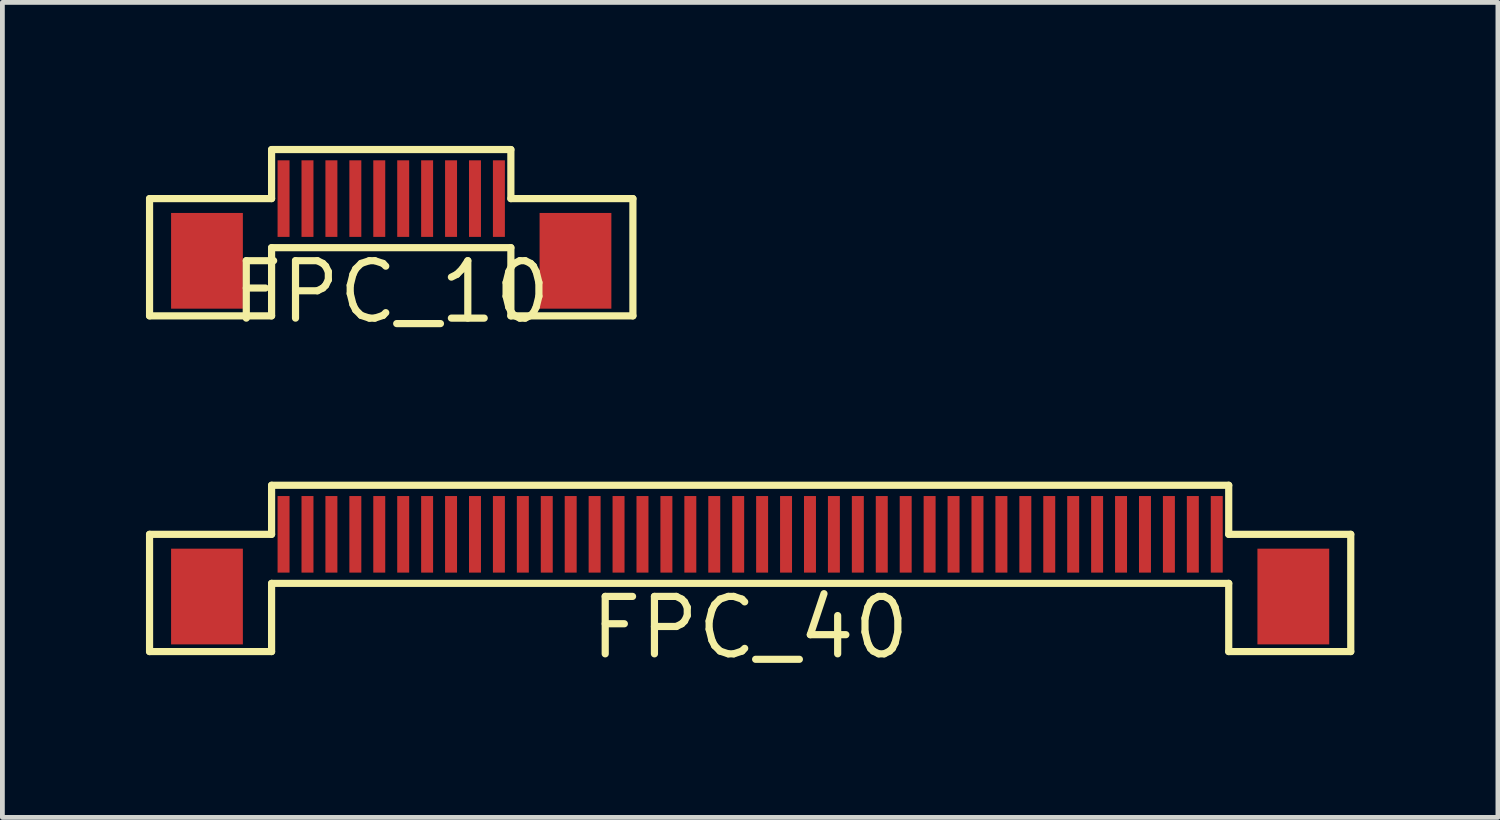
<source format=kicad_pcb>
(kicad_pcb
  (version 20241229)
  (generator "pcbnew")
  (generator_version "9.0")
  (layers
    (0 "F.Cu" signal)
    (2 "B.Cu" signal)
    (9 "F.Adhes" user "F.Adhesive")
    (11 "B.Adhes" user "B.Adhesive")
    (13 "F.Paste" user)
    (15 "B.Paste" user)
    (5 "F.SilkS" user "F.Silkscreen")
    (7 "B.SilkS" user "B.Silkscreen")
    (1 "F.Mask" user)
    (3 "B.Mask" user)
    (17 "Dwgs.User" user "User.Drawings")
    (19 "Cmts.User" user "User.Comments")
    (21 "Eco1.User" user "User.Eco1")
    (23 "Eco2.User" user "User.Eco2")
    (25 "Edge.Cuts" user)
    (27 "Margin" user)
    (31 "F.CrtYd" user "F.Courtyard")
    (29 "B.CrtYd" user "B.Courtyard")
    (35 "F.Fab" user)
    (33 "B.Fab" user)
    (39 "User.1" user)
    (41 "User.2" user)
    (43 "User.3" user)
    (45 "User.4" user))
  (footprint "FPC_10"
    (layer "F.Cu")
    (at 5.125 1.1)
    (property "Reference" "FPC_10" (at 0 1.95 0) (layer "F.SilkS") (effects (font (size 1.2 1.2) (thickness 0.15))))
    (attr through_hole)
    (fp_line (start -5.05 0) (end -2.5 0) (stroke (width 0.15) (type solid)) (layer "F.SilkS"))
    (fp_line (start -5.05 2.45) (end -5.05 0) (stroke (width 0.15) (type solid)) (layer "F.SilkS"))
    (fp_line (start -2.5 -1.025) (end 2.5 -1.025) (stroke (width 0.15) (type solid)) (layer "F.SilkS"))
    (fp_line (start -2.5 0) (end -2.5 -1.025) (stroke (width 0.15) (type solid)) (layer "F.SilkS"))
    (fp_line (start -2.5 1.025) (end -2.5 2.45) (stroke (width 0.15) (type solid)) (layer "F.SilkS"))
    (fp_line (start -2.5 1.025) (end 2.5 1.025) (stroke (width 0.15) (type solid)) (layer "F.SilkS"))
    (fp_line (start -2.5 2.45) (end -5.05 2.45) (stroke (width 0.15) (type solid)) (layer "F.SilkS"))
    (fp_line (start 2.5 0) (end 2.5 -1.025) (stroke (width 0.15) (type solid)) (layer "F.SilkS"))
    (fp_line (start 2.5 1.025) (end 2.5 2.45) (stroke (width 0.15) (type solid)) (layer "F.SilkS"))
    (fp_line (start 2.5 2.45) (end 5.05 2.45) (stroke (width 0.15) (type solid)) (layer "F.SilkS"))
    (fp_line (start 5.05 0) (end 2.5 0) (stroke (width 0.15) (type solid)) (layer "F.SilkS"))
    (fp_line (start 5.05 2.45) (end 5.05 0) (stroke (width 0.15) (type solid)) (layer "F.SilkS"))
    (pad "0" smd rect (at -3.85 1.3) (size 1.5 2) (layers "F.Cu" "F.Mask" "F.Paste"))
    (pad "0" smd rect (at 3.85 1.3) (size 1.5 2) (layers "F.Cu" "F.Mask" "F.Paste"))
    (pad "1" smd rect (at -2.25 0) (size 0.25 1.6) (layers "F.Cu" "F.Mask" "F.Paste"))
    (pad "2" smd rect (at -1.75 0) (size 0.25 1.6) (layers "F.Cu" "F.Mask" "F.Paste"))
    (pad "3" smd rect (at -1.25 0) (size 0.25 1.6) (layers "F.Cu" "F.Mask" "F.Paste"))
    (pad "4" smd rect (at -0.75 0) (size 0.25 1.6) (layers "F.Cu" "F.Mask" "F.Paste"))
    (pad "5" smd rect (at -0.25 0) (size 0.25 1.6) (layers "F.Cu" "F.Mask" "F.Paste"))
    (pad "6" smd rect (at 0.25 0) (size 0.25 1.6) (layers "F.Cu" "F.Mask" "F.Paste"))
    (pad "7" smd rect (at 0.75 0) (size 0.25 1.6) (layers "F.Cu" "F.Mask" "F.Paste"))
    (pad "8" smd rect (at 1.25 0) (size 0.25 1.6) (layers "F.Cu" "F.Mask" "F.Paste"))
    (pad "9" smd rect (at 1.75 0) (size 0.25 1.6) (layers "F.Cu" "F.Mask" "F.Paste"))
    (pad "10" smd rect (at 2.25 0) (size 0.25 1.6) (layers "F.Cu" "F.Mask" "F.Paste")))
  (footprint "FPC_40"
    (layer "F.Cu")
    (at 12.625 8.115)
    (property "Reference" "FPC_40" (at 0 1.95 0) (layer "F.SilkS") (effects (font (size 1.2 1.2) (thickness 0.15))))
    (attr through_hole)
    (fp_line (start -12.55 0) (end -10 0) (stroke (width 0.15) (type solid)) (layer "F.SilkS"))
    (fp_line (start -12.55 2.45) (end -12.55 0) (stroke (width 0.15) (type solid)) (layer "F.SilkS"))
    (fp_line (start -10 -1.025) (end 10 -1.025) (stroke (width 0.15) (type solid)) (layer "F.SilkS"))
    (fp_line (start -10 0) (end -10 -1.025) (stroke (width 0.15) (type solid)) (layer "F.SilkS"))
    (fp_line (start -10 1.025) (end -10 2.45) (stroke (width 0.15) (type solid)) (layer "F.SilkS"))
    (fp_line (start -10 1.025) (end 10 1.025) (stroke (width 0.15) (type solid)) (layer "F.SilkS"))
    (fp_line (start -10 2.45) (end -12.55 2.45) (stroke (width 0.15) (type solid)) (layer "F.SilkS"))
    (fp_line (start 10 0) (end 10 -1.025) (stroke (width 0.15) (type solid)) (layer "F.SilkS"))
    (fp_line (start 10 1.025) (end 10 2.45) (stroke (width 0.15) (type solid)) (layer "F.SilkS"))
    (fp_line (start 10 2.45) (end 12.55 2.45) (stroke (width 0.15) (type solid)) (layer "F.SilkS"))
    (fp_line (start 12.55 0) (end 10 0) (stroke (width 0.15) (type solid)) (layer "F.SilkS"))
    (fp_line (start 12.55 2.45) (end 12.55 0) (stroke (width 0.15) (type solid)) (layer "F.SilkS"))
    (pad "0" smd rect (at -11.35 1.3) (size 1.5 2) (layers "F.Cu" "F.Mask" "F.Paste"))
    (pad "0" smd rect (at 11.35 1.3) (size 1.5 2) (layers "F.Cu" "F.Mask" "F.Paste"))
    (pad "1" smd rect (at -9.75 0) (size 0.25 1.6) (layers "F.Cu" "F.Mask" "F.Paste"))
    (pad "2" smd rect (at -9.25 0) (size 0.25 1.6) (layers "F.Cu" "F.Mask" "F.Paste"))
    (pad "3" smd rect (at -8.75 0) (size 0.25 1.6) (layers "F.Cu" "F.Mask" "F.Paste"))
    (pad "4" smd rect (at -8.25 0) (size 0.25 1.6) (layers "F.Cu" "F.Mask" "F.Paste"))
    (pad "5" smd rect (at -7.75 0) (size 0.25 1.6) (layers "F.Cu" "F.Mask" "F.Paste"))
    (pad "6" smd rect (at -7.25 0) (size 0.25 1.6) (layers "F.Cu" "F.Mask" "F.Paste"))
    (pad "7" smd rect (at -6.75 0) (size 0.25 1.6) (layers "F.Cu" "F.Mask" "F.Paste"))
    (pad "8" smd rect (at -6.25 0) (size 0.25 1.6) (layers "F.Cu" "F.Mask" "F.Paste"))
    (pad "9" smd rect (at -5.75 0) (size 0.25 1.6) (layers "F.Cu" "F.Mask" "F.Paste"))
    (pad "10" smd rect (at -5.25 0) (size 0.25 1.6) (layers "F.Cu" "F.Mask" "F.Paste"))
    (pad "11" smd rect (at -4.75 0) (size 0.25 1.6) (layers "F.Cu" "F.Mask" "F.Paste"))
    (pad "12" smd rect (at -4.25 0) (size 0.25 1.6) (layers "F.Cu" "F.Mask" "F.Paste"))
    (pad "13" smd rect (at -3.75 0) (size 0.25 1.6) (layers "F.Cu" "F.Mask" "F.Paste"))
    (pad "14" smd rect (at -3.25 0) (size 0.25 1.6) (layers "F.Cu" "F.Mask" "F.Paste"))
    (pad "15" smd rect (at -2.75 0) (size 0.25 1.6) (layers "F.Cu" "F.Mask" "F.Paste"))
    (pad "16" smd rect (at -2.25 0) (size 0.25 1.6) (layers "F.Cu" "F.Mask" "F.Paste"))
    (pad "17" smd rect (at -1.75 0) (size 0.25 1.6) (layers "F.Cu" "F.Mask" "F.Paste"))
    (pad "18" smd rect (at -1.25 0) (size 0.25 1.6) (layers "F.Cu" "F.Mask" "F.Paste"))
    (pad "19" smd rect (at -0.75 0) (size 0.25 1.6) (layers "F.Cu" "F.Mask" "F.Paste"))
    (pad "20" smd rect (at -0.25 0) (size 0.25 1.6) (layers "F.Cu" "F.Mask" "F.Paste"))
    (pad "21" smd rect (at 0.25 0) (size 0.25 1.6) (layers "F.Cu" "F.Mask" "F.Paste"))
    (pad "22" smd rect (at 0.75 0) (size 0.25 1.6) (layers "F.Cu" "F.Mask" "F.Paste"))
    (pad "23" smd rect (at 1.25 0) (size 0.25 1.6) (layers "F.Cu" "F.Mask" "F.Paste"))
    (pad "24" smd rect (at 1.75 0) (size 0.25 1.6) (layers "F.Cu" "F.Mask" "F.Paste"))
    (pad "25" smd rect (at 2.25 0) (size 0.25 1.6) (layers "F.Cu" "F.Mask" "F.Paste"))
    (pad "26" smd rect (at 2.75 0) (size 0.25 1.6) (layers "F.Cu" "F.Mask" "F.Paste"))
    (pad "27" smd rect (at 3.25 0) (size 0.25 1.6) (layers "F.Cu" "F.Mask" "F.Paste"))
    (pad "28" smd rect (at 3.75 0) (size 0.25 1.6) (layers "F.Cu" "F.Mask" "F.Paste"))
    (pad "29" smd rect (at 4.25 0) (size 0.25 1.6) (layers "F.Cu" "F.Mask" "F.Paste"))
    (pad "30" smd rect (at 4.75 0) (size 0.25 1.6) (layers "F.Cu" "F.Mask" "F.Paste"))
    (pad "31" smd rect (at 5.25 0) (size 0.25 1.6) (layers "F.Cu" "F.Mask" "F.Paste"))
    (pad "32" smd rect (at 5.75 0) (size 0.25 1.6) (layers "F.Cu" "F.Mask" "F.Paste"))
    (pad "33" smd rect (at 6.25 0) (size 0.25 1.6) (layers "F.Cu" "F.Mask" "F.Paste"))
    (pad "34" smd rect (at 6.75 0) (size 0.25 1.6) (layers "F.Cu" "F.Mask" "F.Paste"))
    (pad "35" smd rect (at 7.25 0) (size 0.25 1.6) (layers "F.Cu" "F.Mask" "F.Paste"))
    (pad "36" smd rect (at 7.75 0) (size 0.25 1.6) (layers "F.Cu" "F.Mask" "F.Paste"))
    (pad "37" smd rect (at 8.25 0) (size 0.25 1.6) (layers "F.Cu" "F.Mask" "F.Paste"))
    (pad "38" smd rect (at 8.75 0) (size 0.25 1.6) (layers "F.Cu" "F.Mask" "F.Paste"))
    (pad "39" smd rect (at 9.25 0) (size 0.25 1.6) (layers "F.Cu" "F.Mask" "F.Paste"))
    (pad "40" smd rect (at 9.75 0) (size 0.25 1.6) (layers "F.Cu" "F.Mask" "F.Paste")))
  (gr_rect
    (start -3 -3)
    (end 28.25 14.03)
    (stroke (width 0.1) (type default))
    (fill no)
    (layer "Edge.Cuts")))
</source>
